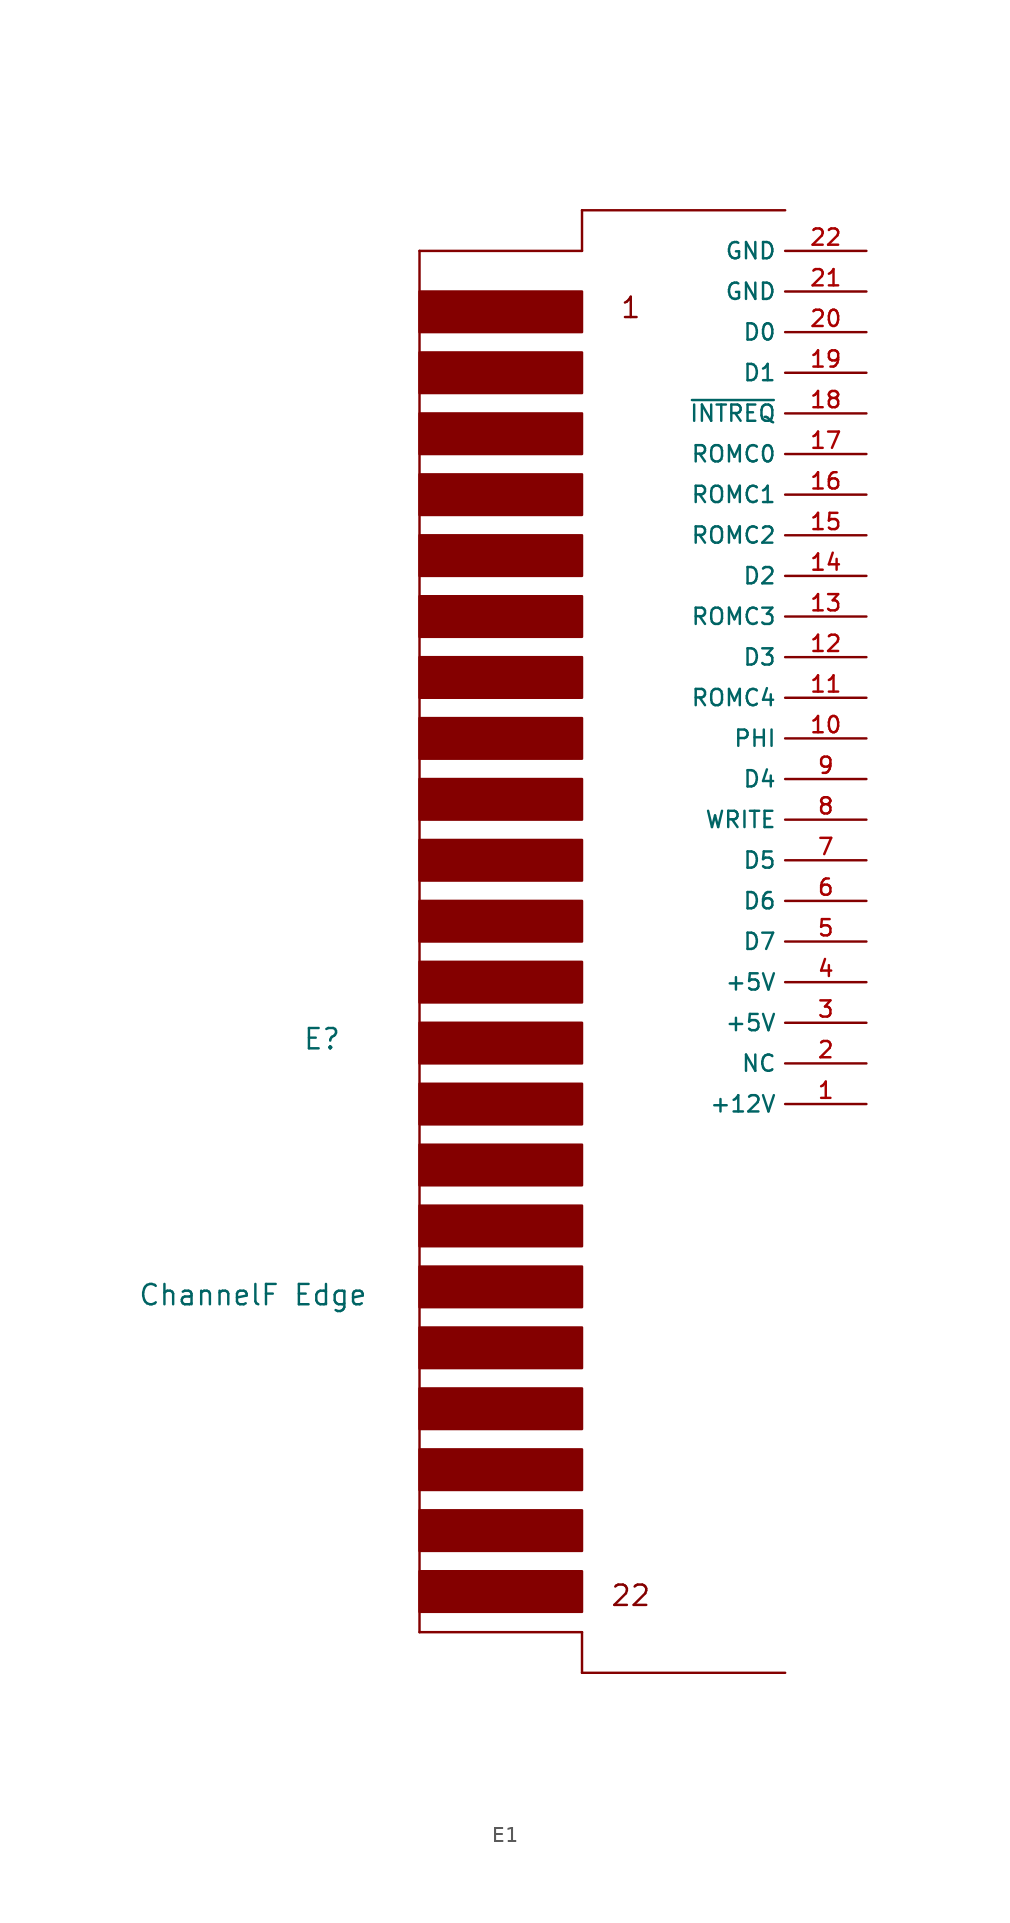
<source format=kicad_sym>
(kicad_symbol_lib
  (version 20231120)
  (generator "kicad_symbol_editor")
  (generator_version "8.0")
  (symbol "E1"
    (property "Reference" "E"
      (at -16.256 -7.366 0)
      (effects (font (size 1.27 1.27))))
    (property "Value" "ChannelF Edge"
      (at -20.574 -23.368 0)
      (effects (font (size 1.27 1.27))))
    (symbol "E1_1_0"
      (polyline (pts (xy -10.16 -44.45) (xy 0 -44.45)) (stroke (width 0) (type default)) (fill (type none)))
      (polyline (pts (xy -10.16 41.91) (xy -10.16 -44.45)) (stroke (width 0) (type default)) (fill (type none)))
      (polyline (pts (xy 0 -46.99) (xy 12.7 -46.99)) (stroke (width 0) (type default)) (fill (type none)))
      (polyline (pts (xy 0 -44.45) (xy 0 -46.99)) (stroke (width 0) (type default)) (fill (type none)))
      (polyline (pts (xy 0 41.91) (xy -10.16 41.91)) (stroke (width 0) (type default)) (fill (type none)))
      (polyline (pts (xy 0 44.45) (xy 0 41.91)) (stroke (width 0) (type default)) (fill (type none)))
      (polyline (pts (xy 12.7 44.45) (xy 0 44.45)) (stroke (width 0) (type default)) (fill (type none)))
      (text "1" (at 3.048 38.354 0) (effects (font (size 1.27 1.27))))
      (text "22" (at 3.048 -42.164 0) (effects (font (size 1.27 1.27)))))
    (symbol "E1_1_1"
      (rectangle (start -10.16 -43.18) (end 0 -40.64) (stroke (width 0) (type default)) (fill (type outline)))
      (rectangle (start -10.16 -39.37) (end 0 -36.83) (stroke (width 0) (type default)) (fill (type outline)))
      (rectangle (start -10.16 -35.56) (end 0 -33.02) (stroke (width 0) (type default)) (fill (type outline)))
      (rectangle (start -10.16 -31.75) (end 0 -29.21) (stroke (width 0) (type default)) (fill (type outline)))
      (rectangle (start -10.16 -27.94) (end 0 -25.4) (stroke (width 0) (type default)) (fill (type outline)))
      (rectangle (start -10.16 -24.13) (end 0 -21.59) (stroke (width 0) (type default)) (fill (type outline)))
      (rectangle (start -10.16 -20.32) (end 0 -17.78) (stroke (width 0) (type default)) (fill (type outline)))
      (rectangle (start -10.16 -16.51) (end 0 -13.97) (stroke (width 0) (type default)) (fill (type outline)))
      (rectangle (start -10.16 -12.7) (end 0 -10.16) (stroke (width 0) (type default)) (fill (type outline)))
      (rectangle (start -10.16 -8.89) (end 0 -6.35) (stroke (width 0) (type default)) (fill (type outline)))
      (rectangle (start -10.16 -5.08) (end 0 -2.54) (stroke (width 0) (type default)) (fill (type outline)))
      (rectangle (start -10.16 -1.27) (end 0 1.27) (stroke (width 0) (type default)) (fill (type outline)))
      (rectangle (start -10.16 2.54) (end 0 5.08) (stroke (width 0) (type default)) (fill (type outline)))
      (rectangle (start -10.16 6.35) (end 0 8.89) (stroke (width 0) (type default)) (fill (type outline)))
      (rectangle (start -10.16 10.16) (end 0 12.7) (stroke (width 0) (type default)) (fill (type outline)))
      (rectangle (start -10.16 13.97) (end 0 16.51) (stroke (width 0) (type default)) (fill (type outline)))
      (rectangle (start -10.16 17.78) (end 0 20.32) (stroke (width 0) (type default)) (fill (type outline)))
      (rectangle (start -10.16 21.59) (end 0 24.13) (stroke (width 0) (type default)) (fill (type outline)))
      (rectangle (start -10.16 25.4) (end 0 27.94) (stroke (width 0) (type default)) (fill (type outline)))
      (rectangle (start -10.16 29.21) (end 0 31.75) (stroke (width 0) (type default)) (fill (type outline)))
      (rectangle (start -10.16 33.02) (end 0 35.56) (stroke (width 0) (type default)) (fill (type outline)))
      (rectangle (start -10.16 36.83) (end 0 39.37) (stroke (width 0) (type default)) (fill (type outline)))
      (pin power_in line (at 17.78 -11.43 180) (length 5.08) (name "+12V" (effects (font (size 1.016 1.016)))) (number "1" (effects (font (size 1.016 1.016)))))
      (pin bidirectional line (at 17.78 11.43 180) (length 5.08) (name "PHI" (effects (font (size 1.016 1.016)))) (number "10" (effects (font (size 1.016 1.016)))))
      (pin bidirectional line (at 17.78 13.97 180) (length 5.08) (name "ROMC4" (effects (font (size 1.016 1.016)))) (number "11" (effects (font (size 1.016 1.016)))))
      (pin bidirectional line (at 17.78 16.51 180) (length 5.08) (name "D3" (effects (font (size 1.016 1.016)))) (number "12" (effects (font (size 1.016 1.016)))))
      (pin bidirectional line (at 17.78 19.05 180) (length 5.08) (name "ROMC3" (effects (font (size 1.016 1.016)))) (number "13" (effects (font (size 1.016 1.016)))))
      (pin bidirectional line (at 17.78 21.59 180) (length 5.08) (name "D2" (effects (font (size 1.016 1.016)))) (number "14" (effects (font (size 1.016 1.016)))))
      (pin bidirectional line (at 17.78 24.13 180) (length 5.08) (name "ROMC2" (effects (font (size 1.016 1.016)))) (number "15" (effects (font (size 1.016 1.016)))))
      (pin bidirectional line (at 17.78 26.67 180) (length 5.08) (name "ROMC1" (effects (font (size 1.016 1.016)))) (number "16" (effects (font (size 1.016 1.016)))))
      (pin bidirectional line (at 17.78 29.21 180) (length 5.08) (name "ROMC0" (effects (font (size 1.016 1.016)))) (number "17" (effects (font (size 1.016 1.016)))))
      (pin bidirectional line (at 17.78 31.75 180) (length 5.08) (name "~{INTREQ}" (effects (font (size 1.016 1.016)))) (number "18" (effects (font (size 1.016 1.016)))))
      (pin bidirectional line (at 17.78 34.29 180) (length 5.08) (name "D1" (effects (font (size 1.016 1.016)))) (number "19" (effects (font (size 1.016 1.016)))))
      (pin bidirectional line (at 17.78 -8.89 180) (length 5.08) (name "NC" (effects (font (size 1.016 1.016)))) (number "2" (effects (font (size 1.016 1.016)))))
      (pin bidirectional line (at 17.78 36.83 180) (length 5.08) (name "D0" (effects (font (size 1.016 1.016)))) (number "20" (effects (font (size 1.016 1.016)))))
      (pin power_in line (at 17.78 39.37 180) (length 5.08) (name "GND" (effects (font (size 1.016 1.016)))) (number "21" (effects (font (size 1.016 1.016)))))
      (pin power_in line (at 17.78 41.91 180) (length 5.08) (name "GND" (effects (font (size 1.016 1.016)))) (number "22" (effects (font (size 1.016 1.016)))))
      (pin power_in line (at 17.78 -6.35 180) (length 5.08) (name "+5V" (effects (font (size 1.016 1.016)))) (number "3" (effects (font (size 1.016 1.016)))))
      (pin power_in line (at 17.78 -3.81 180) (length 5.08) (name "+5V" (effects (font (size 1.016 1.016)))) (number "4" (effects (font (size 1.016 1.016)))))
      (pin bidirectional line (at 17.78 -1.27 180) (length 5.08) (name "D7" (effects (font (size 1.016 1.016)))) (number "5" (effects (font (size 1.016 1.016)))))
      (pin bidirectional line (at 17.78 1.27 180) (length 5.08) (name "D6" (effects (font (size 1.016 1.016)))) (number "6" (effects (font (size 1.016 1.016)))))
      (pin bidirectional line (at 17.78 3.81 180) (length 5.08) (name "D5" (effects (font (size 1.016 1.016)))) (number "7" (effects (font (size 1.016 1.016)))))
      (pin bidirectional line (at 17.78 6.35 180) (length 5.08) (name "WRITE" (effects (font (size 1.016 1.016)))) (number "8" (effects (font (size 1.016 1.016)))))
      (pin bidirectional line (at 17.78 8.89 180) (length 5.08) (name "D4" (effects (font (size 1.016 1.016)))) (number "9" (effects (font (size 1.016 1.016))))))))
</source>
